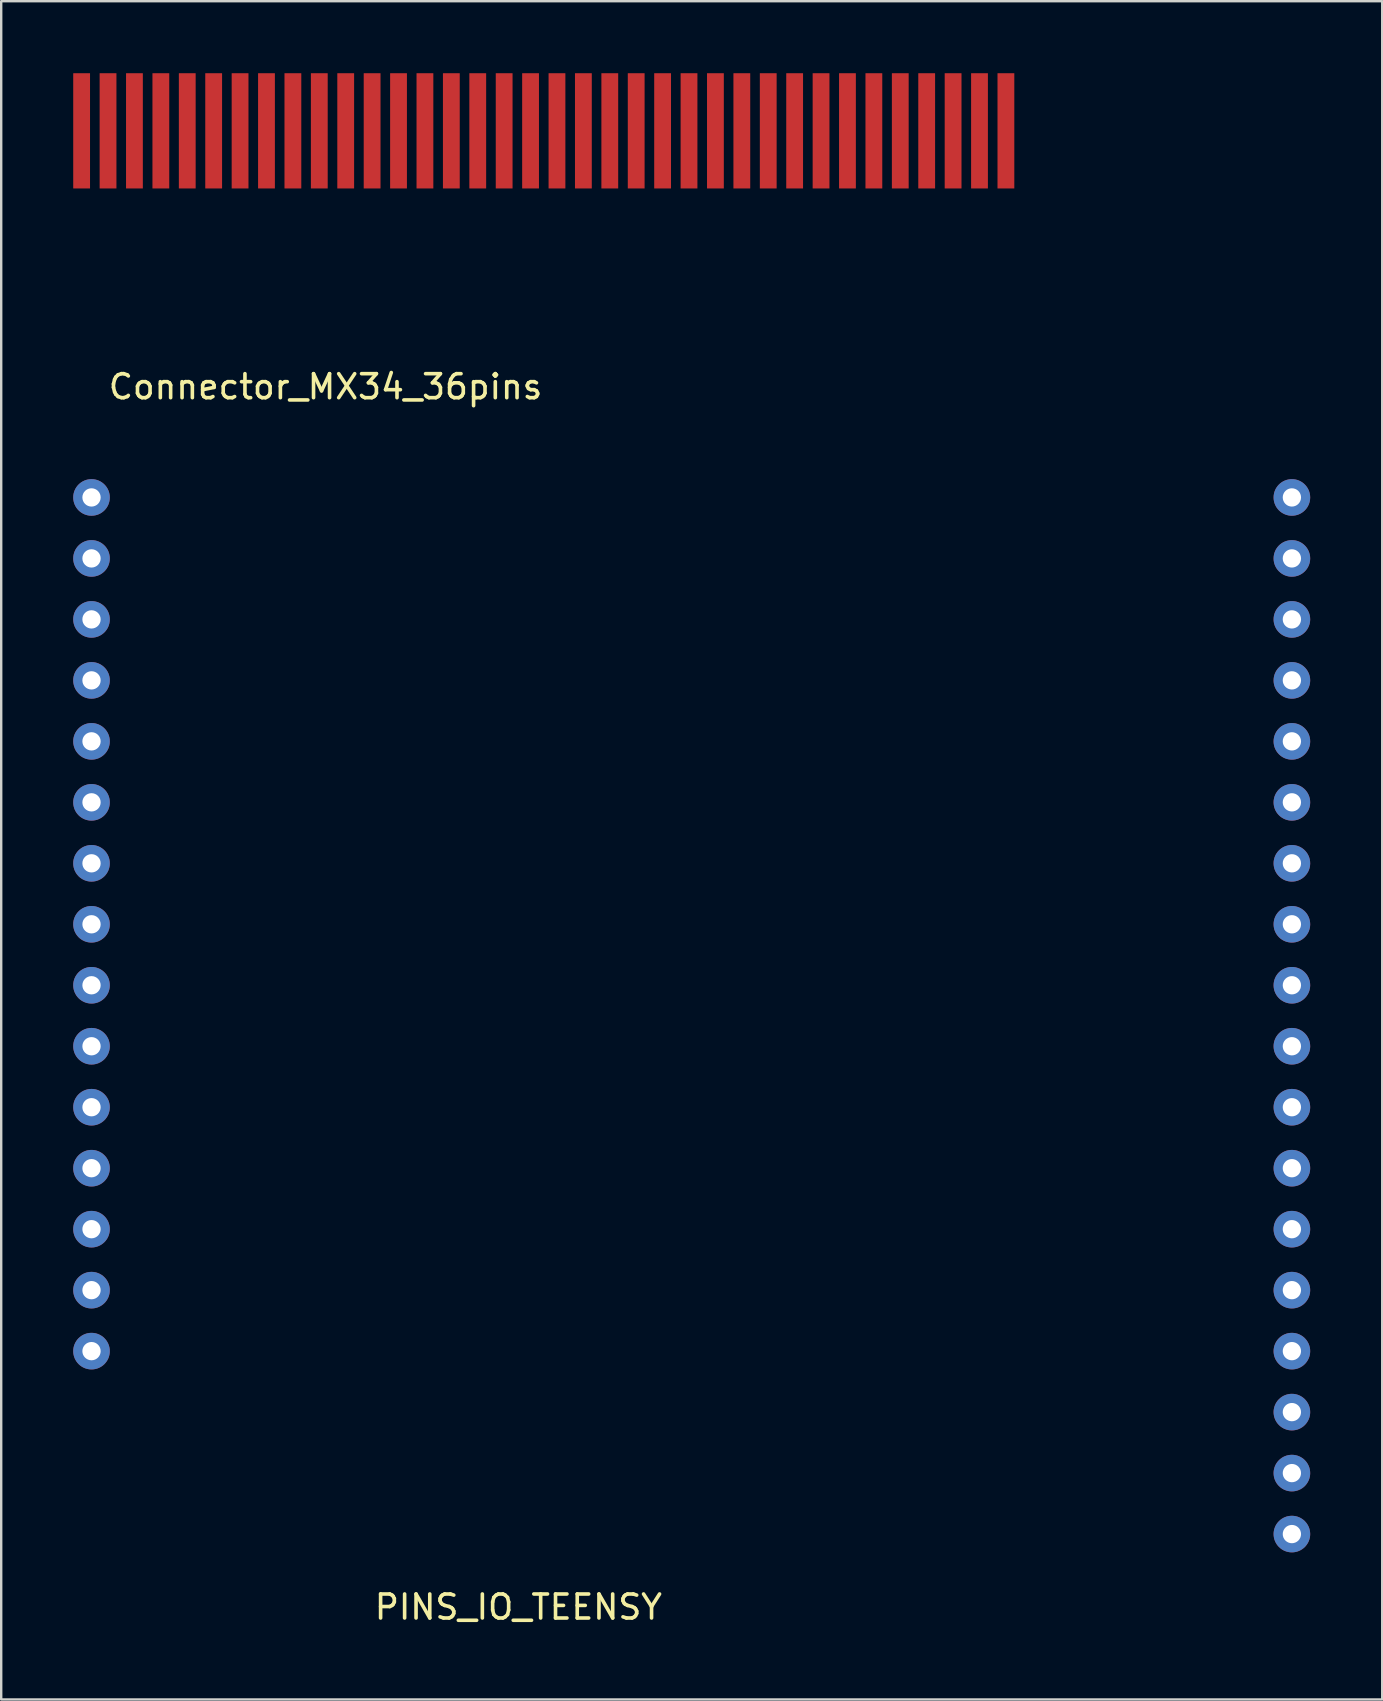
<source format=kicad_pcb>
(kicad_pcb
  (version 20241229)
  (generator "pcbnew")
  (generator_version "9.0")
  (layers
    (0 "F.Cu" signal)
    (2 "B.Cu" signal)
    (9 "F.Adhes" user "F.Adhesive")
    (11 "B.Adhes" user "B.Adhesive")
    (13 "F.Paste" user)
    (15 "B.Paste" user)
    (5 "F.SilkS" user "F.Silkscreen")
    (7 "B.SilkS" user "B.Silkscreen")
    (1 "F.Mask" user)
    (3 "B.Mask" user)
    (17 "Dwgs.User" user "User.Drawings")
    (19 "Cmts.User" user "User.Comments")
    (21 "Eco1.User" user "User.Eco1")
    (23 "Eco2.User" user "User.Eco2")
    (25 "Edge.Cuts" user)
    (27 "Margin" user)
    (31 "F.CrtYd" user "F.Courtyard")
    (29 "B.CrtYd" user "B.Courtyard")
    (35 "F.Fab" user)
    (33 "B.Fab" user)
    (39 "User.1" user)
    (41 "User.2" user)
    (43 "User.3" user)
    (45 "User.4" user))
  (footprint "PINS_IO_TEENSY"
    (layer "F.Cu")
    (at 18.542 63.39)
    (property "Reference" "PINS_IO_TEENSY" (at 0 0.5 0) (layer "F.SilkS") (effects (font (size 1 1) (thickness 0.15))))
    (attr through_hole)
    (pad "1" thru_hole circle (at -17.78 -45.72) (size 1.524 1.524) (drill 0.762) (layers "*.Cu" "*.Mask"))
    (pad "2" thru_hole circle (at 32.22 -45.72) (size 1.524 1.524) (drill 0.762) (layers "*.Cu" "*.Mask"))
    (pad "3" thru_hole circle (at -17.78 -43.18) (size 1.524 1.524) (drill 0.762) (layers "*.Cu" "*.Mask"))
    (pad "4" thru_hole circle (at 32.22 -43.18) (size 1.524 1.524) (drill 0.762) (layers "*.Cu" "*.Mask"))
    (pad "5" thru_hole circle (at -17.78 -40.64) (size 1.524 1.524) (drill 0.762) (layers "*.Cu" "*.Mask"))
    (pad "6" thru_hole circle (at 32.22 -40.64) (size 1.524 1.524) (drill 0.762) (layers "*.Cu" "*.Mask"))
    (pad "7" thru_hole circle (at -17.78 -38.1) (size 1.524 1.524) (drill 0.762) (layers "*.Cu" "*.Mask"))
    (pad "9" thru_hole circle (at -17.78 -35.56) (size 1.524 1.524) (drill 0.762) (layers "*.Cu" "*.Mask"))
    (pad "11" thru_hole circle (at -17.78 -33.02) (size 1.524 1.524) (drill 0.762) (layers "*.Cu" "*.Mask"))
    (pad "12" thru_hole circle (at 32.22 -38.1) (size 1.524 1.524) (drill 0.762) (layers "*.Cu" "*.Mask"))
    (pad "13" thru_hole circle (at -17.78 -30.48) (size 1.524 1.524) (drill 0.762) (layers "*.Cu" "*.Mask"))
    (pad "14" thru_hole circle (at 32.22 -35.56) (size 1.524 1.524) (drill 0.762) (layers "*.Cu" "*.Mask"))
    (pad "15" thru_hole circle (at -17.78 -27.94) (size 1.524 1.524) (drill 0.762) (layers "*.Cu" "*.Mask"))
    (pad "16" thru_hole circle (at 32.22 -33.02) (size 1.524 1.524) (drill 0.762) (layers "*.Cu" "*.Mask"))
    (pad "17" thru_hole circle (at -17.78 -25.4) (size 1.524 1.524) (drill 0.762) (layers "*.Cu" "*.Mask"))
    (pad "18" thru_hole circle (at 32.22 -30.48) (size 1.524 1.524) (drill 0.762) (layers "*.Cu" "*.Mask"))
    (pad "19" thru_hole circle (at -17.78 -22.86) (size 1.524 1.524) (drill 0.762) (layers "*.Cu" "*.Mask"))
    (pad "20" thru_hole circle (at 32.22 -27.94) (size 1.524 1.524) (drill 0.762) (layers "*.Cu" "*.Mask"))
    (pad "21" thru_hole circle (at -17.78 -20.32) (size 1.524 1.524) (drill 0.762) (layers "*.Cu" "*.Mask"))
    (pad "22" thru_hole circle (at 32.22 -25.4) (size 1.524 1.524) (drill 0.762) (layers "*.Cu" "*.Mask"))
    (pad "24" thru_hole circle (at 32.22 -22.86) (size 1.524 1.524) (drill 0.762) (layers "*.Cu" "*.Mask"))
    (pad "26" thru_hole circle (at 32.22 -20.32) (size 1.524 1.524) (drill 0.762) (layers "*.Cu" "*.Mask"))
    (pad "28" thru_hole circle (at 32.22 -17.78) (size 1.524 1.524) (drill 0.762) (layers "*.Cu" "*.Mask"))
    (pad "32" thru_hole circle (at 32.22 -15.24) (size 1.524 1.524) (drill 0.762) (layers "*.Cu" "*.Mask"))
    (pad "34" thru_hole circle (at 32.22 -12.7) (size 1.524 1.524) (drill 0.762) (layers "*.Cu" "*.Mask"))
    (pad "35" thru_hole circle (at -17.78 -17.78) (size 1.524 1.524) (drill 0.762) (layers "*.Cu" "*.Mask"))
    (pad "36" thru_hole circle (at 32.22 -10.16) (size 1.524 1.524) (drill 0.762) (layers "*.Cu" "*.Mask"))
    (pad "37" thru_hole circle (at -17.78 -15.24) (size 1.524 1.524) (drill 0.762) (layers "*.Cu" "*.Mask"))
    (pad "38" thru_hole circle (at 32.22 -7.62) (size 1.524 1.524) (drill 0.762) (layers "*.Cu" "*.Mask"))
    (pad "39" thru_hole circle (at -17.78 -12.7) (size 1.524 1.524) (drill 0.762) (layers "*.Cu" "*.Mask"))
    (pad "40" thru_hole circle (at 32.22 -5.08) (size 1.524 1.524) (drill 0.762) (layers "*.Cu" "*.Mask"))
    (pad "41" thru_hole circle (at -17.78 -10.16) (size 1.524 1.524) (drill 0.762) (layers "*.Cu" "*.Mask"))
    (pad "42" thru_hole circle (at 32.22 -2.54) (size 1.524 1.524) (drill 0.762) (layers "*.Cu" "*.Mask")))
  (footprint "Connector_MX34_36pins"
    (layer "F.Cu")
    (at 10.51 12.56)
    (property "Reference" "Connector_MX34_36pins" (at 0 0.5 0) (layer "F.SilkS") (effects (font (size 1 1) (thickness 0.15))))
    (attr through_hole)
    (pad "1" smd rect (at -9.06 -10.16) (size 0.7 4.8) (layers "F.Cu" "F.Mask" "F.Paste"))
    (pad "3" smd rect (at -6.86 -10.16) (size 0.7 4.8) (layers "F.Cu" "F.Mask" "F.Paste"))
    (pad "5" smd rect (at -4.66 -10.16) (size 0.7 4.8) (layers "F.Cu" "F.Mask" "F.Paste"))
    (pad "7" smd rect (at -2.46 -10.16) (size 0.7 4.8) (layers "F.Cu" "F.Mask" "F.Paste"))
    (pad "9" smd rect (at -0.26 -10.16) (size 0.7 4.8) (layers "F.Cu" "F.Mask" "F.Paste"))
    (pad "11" smd rect (at 1.94 -10.16) (size 0.7 4.8) (layers "F.Cu" "F.Mask" "F.Paste"))
    (pad "13" smd rect (at 4.14 -10.16) (size 0.7 4.8) (layers "F.Cu" "F.Mask" "F.Paste"))
    (pad "15" smd rect (at 6.34 -10.16) (size 0.7 4.8) (layers "F.Cu" "F.Mask" "F.Paste"))
    (pad "17" smd rect (at 8.54 -10.16) (size 0.7 4.8) (layers "F.Cu" "F.Mask" "F.Paste"))
    (pad "19" smd rect (at 10.74 -10.16) (size 0.7 4.8) (layers "F.Cu" "F.Mask" "F.Paste"))
    (pad "20" smd rect (at -10.16 -10.16) (size 0.7 4.8) (layers "F.Cu" "F.Mask" "F.Paste"))
    (pad "21" smd rect (at 12.94 -10.16) (size 0.7 4.8) (layers "F.Cu" "F.Mask" "F.Paste"))
    (pad "22" smd rect (at -7.96 -10.16) (size 0.7 4.8) (layers "F.Cu" "F.Mask" "F.Paste"))
    (pad "24" smd rect (at -5.76 -10.16) (size 0.7 4.8) (layers "F.Cu" "F.Mask" "F.Paste"))
    (pad "26" smd rect (at 16.24 -10.16) (size 0.7 4.8) (layers "F.Cu" "F.Mask" "F.Paste"))
    (pad "29" smd rect (at 17.34 -10.16) (size 0.7 4.8) (layers "F.Cu" "F.Mask" "F.Paste"))
    (pad "30" smd rect (at 19.54 -10.16) (size 0.7 4.8) (layers "F.Cu" "F.Mask" "F.Paste"))
    (pad "32" smd rect (at 18.44 -10.16) (size 0.7 4.8) (layers "F.Cu" "F.Mask" "F.Paste"))
    (pad "34" smd rect (at 14.04 -10.16) (size 0.7 4.8) (layers "F.Cu" "F.Mask" "F.Paste"))
    (pad "35" smd rect (at 15.14 -10.16) (size 0.7 4.8) (layers "F.Cu" "F.Mask" "F.Paste"))
    (pad "36" smd rect (at 7.44 -10.16) (size 0.7 4.8) (layers "F.Cu" "F.Mask" "F.Paste"))
    (pad "37" smd rect (at 3.04 -10.16) (size 0.7 4.8) (layers "F.Cu" "F.Mask" "F.Paste"))
    (pad "38" smd rect (at -1.36 -10.16) (size 0.7 4.8) (layers "F.Cu" "F.Mask" "F.Paste"))
    (pad "39" smd rect (at 11.84 -10.16) (size 0.7 4.8) (layers "F.Cu" "F.Mask" "F.Paste"))
    (pad "40" smd rect (at 9.64 -10.16) (size 0.7 4.8) (layers "F.Cu" "F.Mask" "F.Paste"))
    (pad "41" smd rect (at 5.24 -10.16) (size 0.7 4.8) (layers "F.Cu" "F.Mask" "F.Paste"))
    (pad "42" smd rect (at 0.84 -10.16) (size 0.7 4.8) (layers "F.Cu" "F.Mask" "F.Paste"))
    (pad "43" smd rect (at -3.56 -10.16) (size 0.7 4.8) (layers "F.Cu" "F.Mask" "F.Paste"))
    (pad "44" smd rect (at 20.64 -10.16) (size 0.7 4.8) (layers "F.Cu" "F.Mask" "F.Paste"))
    (pad "45" smd rect (at 21.74 -10.16) (size 0.7 4.8) (layers "F.Cu" "F.Mask" "F.Paste"))
    (pad "46" smd rect (at 22.84 -10.16) (size 0.7 4.8) (layers "F.Cu" "F.Mask" "F.Paste"))
    (pad "47" smd rect (at 23.94 -10.16) (size 0.7 4.8) (layers "F.Cu" "F.Mask" "F.Paste"))
    (pad "48" smd rect (at 28.34 -10.16) (size 0.7 4.8) (layers "F.Cu" "F.Mask" "F.Paste"))
    (pad "GND" smd rect (at 25.04 -10.16) (size 0.7 4.8) (layers "F.Cu" "F.Mask" "F.Paste"))
    (pad "GND" smd rect (at 26.14 -10.16) (size 0.7 4.8) (layers "F.Cu" "F.Mask" "F.Paste"))
    (pad "GND" smd rect (at 27.24 -10.16) (size 0.7 4.8) (layers "F.Cu" "F.Mask" "F.Paste")))
  (gr_rect
    (start -3 -3)
    (end 54.524 67.739)
    (stroke (width 0.1) (type default))
    (fill no)
    (layer "Edge.Cuts")))
</source>
